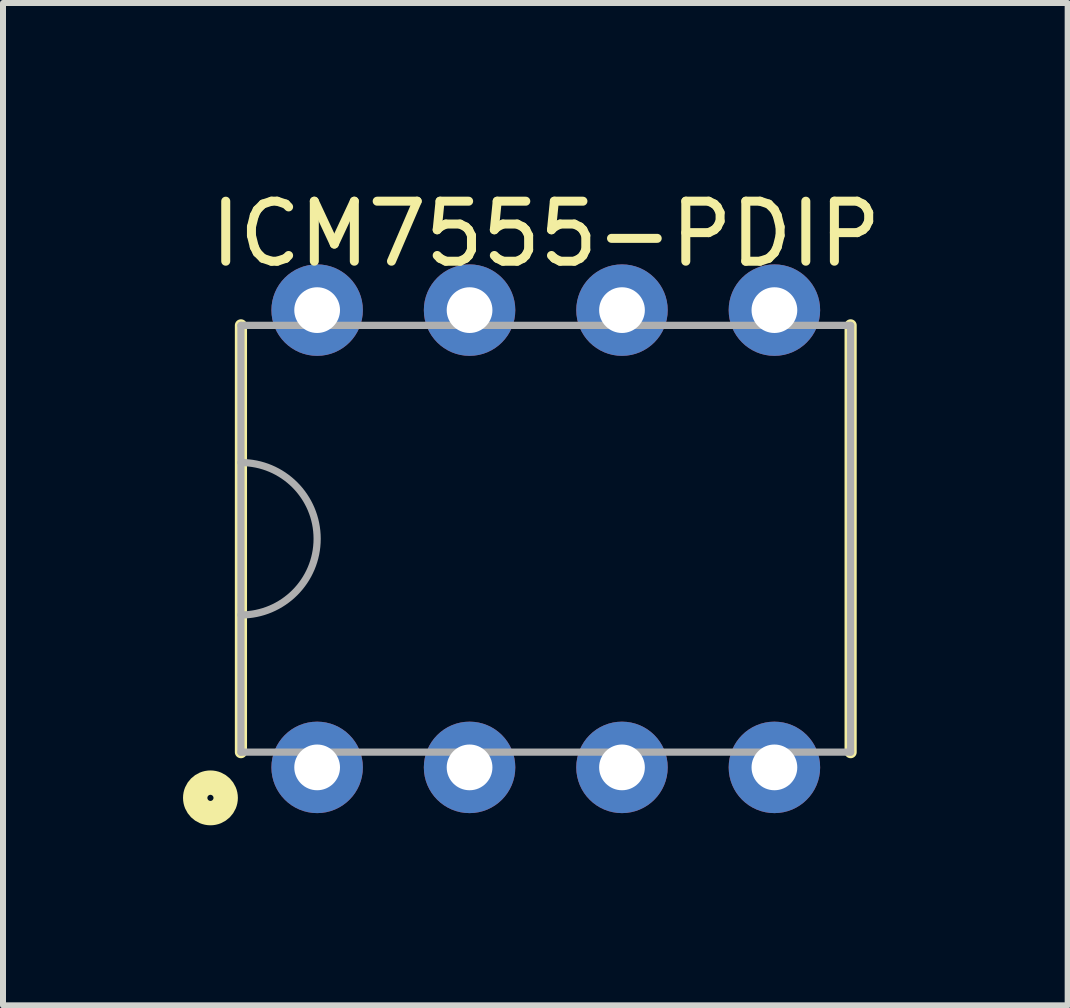
<source format=kicad_pcb>
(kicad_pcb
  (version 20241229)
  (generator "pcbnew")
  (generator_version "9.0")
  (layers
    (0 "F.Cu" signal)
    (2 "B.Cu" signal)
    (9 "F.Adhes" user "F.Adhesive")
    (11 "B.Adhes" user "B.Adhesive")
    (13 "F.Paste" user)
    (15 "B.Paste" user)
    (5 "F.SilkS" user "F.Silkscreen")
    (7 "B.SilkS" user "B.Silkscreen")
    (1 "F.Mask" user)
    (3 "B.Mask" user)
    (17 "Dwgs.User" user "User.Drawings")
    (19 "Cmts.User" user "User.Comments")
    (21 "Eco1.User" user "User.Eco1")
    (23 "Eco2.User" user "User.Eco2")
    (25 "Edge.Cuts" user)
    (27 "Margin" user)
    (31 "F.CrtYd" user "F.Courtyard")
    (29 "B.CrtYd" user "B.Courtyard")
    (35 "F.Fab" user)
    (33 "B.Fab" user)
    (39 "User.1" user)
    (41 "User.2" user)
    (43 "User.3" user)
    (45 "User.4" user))
  (footprint "ICM7555-PDIP"
    (layer "F.Cu")
    (at 6.045 5.928)
    (property "Reference" "ICM7555-PDIP" (at 0 -5.08 0) (layer "F.SilkS") (effects (font (size 1 1) (thickness 0.15))))
    (attr through_hole)
    (fp_line (start -5.08 -3.556) (end -5.08 3.556) (stroke (width 0.203) (type solid)) (layer "F.SilkS"))
    (fp_line (start 5.08 -3.556) (end 5.08 3.556) (stroke (width 0.203) (type solid)) (layer "F.SilkS"))
    (fp_circle (center -5.588 4.318) (end -5.334 4.318) (stroke (width 0.406) (type solid)) (fill no) (layer "F.SilkS"))
    (fp_line (start -5.08 -3.556) (end 5.08 -3.556) (stroke (width 0.12) (type solid)) (layer "F.Fab"))
    (fp_line (start -5.08 3.556) (end -5.08 -3.556) (stroke (width 0.12) (type solid)) (layer "F.Fab"))
    (fp_line (start -5.08 3.556) (end 5.08 3.556) (stroke (width 0.12) (type solid)) (layer "F.Fab"))
    (fp_line (start 5.08 3.556) (end 5.08 -3.556) (stroke (width 0.12) (type solid)) (layer "F.Fab"))
    (fp_arc (start -5.08 -1.27) (mid -3.81 0) (end -5.08 1.27) (stroke (width 0.12) (type solid)) (layer "F.Fab"))
    (pad "1" thru_hole circle (at -3.81 3.81) (size 1.524 1.524) (drill 0.762) (layers "*.Cu" "*.Mask"))
    (pad "2" thru_hole circle (at -1.27 3.81) (size 1.524 1.524) (drill 0.762) (layers "*.Cu" "*.Mask"))
    (pad "3" thru_hole circle (at 1.27 3.81) (size 1.524 1.524) (drill 0.762) (layers "*.Cu" "*.Mask"))
    (pad "4" thru_hole circle (at 3.81 3.81) (size 1.524 1.524) (drill 0.762) (layers "*.Cu" "*.Mask"))
    (pad "5" thru_hole circle (at 3.81 -3.81) (size 1.524 1.524) (drill 0.762) (layers "*.Cu" "*.Mask"))
    (pad "6" thru_hole circle (at 1.27 -3.81) (size 1.524 1.524) (drill 0.762) (layers "*.Cu" "*.Mask"))
    (pad "7" thru_hole circle (at -1.27 -3.81) (size 1.524 1.524) (drill 0.762) (layers "*.Cu" "*.Mask"))
    (pad "8" thru_hole circle (at -3.81 -3.81) (size 1.524 1.524) (drill 0.762) (layers "*.Cu" "*.Mask")))
  (gr_rect
    (start -3 -3)
    (end 14.742 13.703)
    (stroke (width 0.1) (type default))
    (fill no)
    (layer "Edge.Cuts")))
</source>
